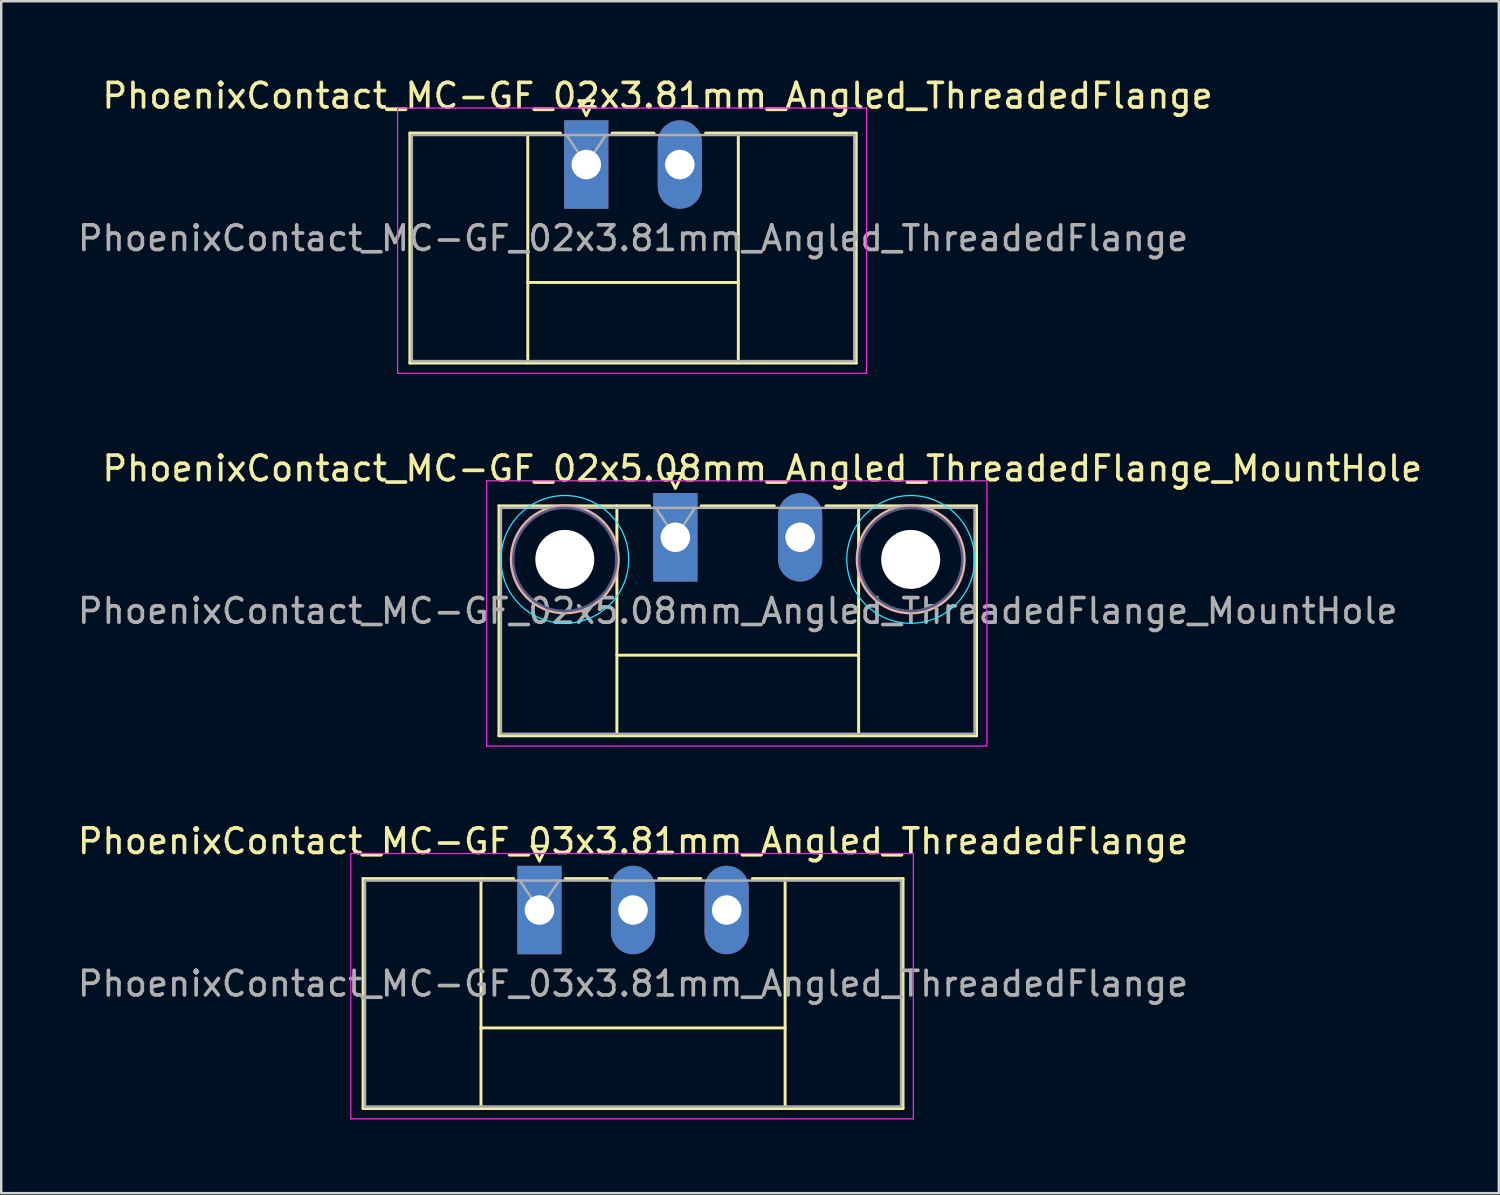
<source format=kicad_pcb>
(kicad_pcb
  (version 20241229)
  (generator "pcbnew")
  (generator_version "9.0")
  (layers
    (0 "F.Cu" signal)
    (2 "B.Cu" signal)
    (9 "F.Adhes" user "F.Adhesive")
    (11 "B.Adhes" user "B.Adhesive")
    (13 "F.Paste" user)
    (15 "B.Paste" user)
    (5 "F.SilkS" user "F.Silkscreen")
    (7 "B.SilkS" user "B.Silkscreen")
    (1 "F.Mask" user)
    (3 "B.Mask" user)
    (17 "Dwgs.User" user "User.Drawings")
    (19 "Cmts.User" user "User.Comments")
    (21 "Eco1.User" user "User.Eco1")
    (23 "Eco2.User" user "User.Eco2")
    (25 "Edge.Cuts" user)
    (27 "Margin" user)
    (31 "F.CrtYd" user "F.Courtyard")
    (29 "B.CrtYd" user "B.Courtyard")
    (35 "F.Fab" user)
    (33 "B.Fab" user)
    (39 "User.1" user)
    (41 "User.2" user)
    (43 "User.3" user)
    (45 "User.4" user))
  (footprint "PhoenixContact_MC-GF_02x5.08mm_Angled_ThreadedFlange_MountHole"
    (layer "F.Cu")
    (at 24.442 18.822)
    (property "Reference" "PhoenixContact_MC-GF_02x5.08mm_Angled_ThreadedFlange_MountHole" (at 3.54 -2.8 0) (layer "F.SilkS") (effects (font (size 1 1) (thickness 0.15))))
    (attr through_hole)
    (fp_line (start -7.18 -1.28) (end -7.18 8.08) (stroke (width 0.12) (type solid)) (layer "F.SilkS"))
    (fp_line (start -7.18 -1.28) (end -1.05 -1.28) (stroke (width 0.12) (type solid)) (layer "F.SilkS"))
    (fp_line (start -7.18 8.08) (end 12.26 8.08) (stroke (width 0.12) (type solid)) (layer "F.SilkS"))
    (fp_line (start -2.38 -1.28) (end -2.38 8.08) (stroke (width 0.12) (type solid)) (layer "F.SilkS"))
    (fp_line (start -2.38 4.8) (end 7.46 4.8) (stroke (width 0.12) (type solid)) (layer "F.SilkS"))
    (fp_line (start -0.3 -2.6) (end 0.3 -2.6) (stroke (width 0.12) (type solid)) (layer "F.SilkS"))
    (fp_line (start 0 -2) (end -0.3 -2.6) (stroke (width 0.12) (type solid)) (layer "F.SilkS"))
    (fp_line (start 0.3 -2.6) (end 0 -2) (stroke (width 0.12) (type solid)) (layer "F.SilkS"))
    (fp_line (start 1.05 -1.28) (end 4.03 -1.28) (stroke (width 0.12) (type solid)) (layer "F.SilkS"))
    (fp_line (start 7.46 -1.28) (end 7.46 8.08) (stroke (width 0.12) (type solid)) (layer "F.SilkS"))
    (fp_line (start 12.26 -1.28) (end 6.13 -1.28) (stroke (width 0.12) (type solid)) (layer "F.SilkS"))
    (fp_line (start 12.26 8.08) (end 12.26 -1.28) (stroke (width 0.12) (type solid)) (layer "F.SilkS"))
    (fp_circle (center -4.5 0.9) (end -2.32 0.9) (stroke (width 0.12) (type solid)) (fill no) (layer "B.SilkS"))
    (fp_circle (center 9.58 0.9) (end 11.76 0.9) (stroke (width 0.12) (type solid)) (fill no) (layer "B.SilkS"))
    (fp_circle (center -4.5 0.9) (end -1.9 0.9) (stroke (width 0.05) (type solid)) (fill no) (layer "B.CrtYd"))
    (fp_circle (center 9.58 0.9) (end 12.18 0.9) (stroke (width 0.05) (type solid)) (fill no) (layer "B.CrtYd"))
    (fp_line (start -7.68 -2.3) (end -7.68 8.5) (stroke (width 0.05) (type solid)) (layer "F.CrtYd"))
    (fp_line (start -7.68 8.5) (end 12.68 8.5) (stroke (width 0.05) (type solid)) (layer "F.CrtYd"))
    (fp_line (start 12.68 -2.3) (end -7.68 -2.3) (stroke (width 0.05) (type solid)) (layer "F.CrtYd"))
    (fp_line (start 12.68 8.5) (end 12.68 -2.3) (stroke (width 0.05) (type solid)) (layer "F.CrtYd"))
    (fp_circle (center -4.5 0.9) (end -2.4 0.9) (stroke (width 0.1) (type solid)) (fill no) (layer "B.Fab"))
    (fp_circle (center 9.58 0.9) (end 11.68 0.9) (stroke (width 0.1) (type solid)) (fill no) (layer "B.Fab"))
    (fp_line (start -7.1 -1.2) (end -7.1 8) (stroke (width 0.1) (type solid)) (layer "F.Fab"))
    (fp_line (start -7.1 8) (end 12.18 8) (stroke (width 0.1) (type solid)) (layer "F.Fab"))
    (fp_line (start 0 0) (end -0.8 -1.2) (stroke (width 0.1) (type solid)) (layer "F.Fab"))
    (fp_line (start 0.8 -1.2) (end 0 0) (stroke (width 0.1) (type solid)) (layer "F.Fab"))
    (fp_line (start 12.18 -1.2) (end -7.1 -1.2) (stroke (width 0.1) (type solid)) (layer "F.Fab"))
    (fp_line (start 12.18 8) (end 12.18 -1.2) (stroke (width 0.1) (type solid)) (layer "F.Fab"))
    (fp_text user "${REFERENCE}" (at 2.54 3 0) (layer "F.Fab") (effects (font (size 1 1) (thickness 0.15))))
    (pad "" np_thru_hole circle (at -4.5 0.9) (size 2.4 2.4) (drill 2.4) (layers "*.Cu" "*.Mask"))
    (pad "" np_thru_hole circle (at 9.58 0.9) (size 2.4 2.4) (drill 2.4) (layers "*.Cu" "*.Mask"))
    (pad "1" thru_hole rect (at 0 0) (size 1.8 3.6) (drill 1.2) (layers "*.Cu" "*.Mask"))
    (pad "2" thru_hole oval (at 5.08 0) (size 1.8 3.6) (drill 1.2) (layers "*.Cu" "*.Mask")))
  (footprint "PhoenixContact_MC-GF_02x3.81mm_Angled_ThreadedFlange"
    (layer "F.Cu")
    (at 20.815 3.648)
    (property "Reference" "PhoenixContact_MC-GF_02x3.81mm_Angled_ThreadedFlange" (at 2.905 -2.8 0) (layer "F.SilkS") (effects (font (size 1 1) (thickness 0.15))))
    (attr through_hole)
    (fp_line (start -7.18 -1.28) (end -7.18 8.08) (stroke (width 0.12) (type solid)) (layer "F.SilkS"))
    (fp_line (start -7.18 -1.28) (end -1.05 -1.28) (stroke (width 0.12) (type solid)) (layer "F.SilkS"))
    (fp_line (start -7.18 8.08) (end 10.99 8.08) (stroke (width 0.12) (type solid)) (layer "F.SilkS"))
    (fp_line (start -2.38 -1.28) (end -2.38 8.08) (stroke (width 0.12) (type solid)) (layer "F.SilkS"))
    (fp_line (start -2.38 4.8) (end 6.19 4.8) (stroke (width 0.12) (type solid)) (layer "F.SilkS"))
    (fp_line (start -0.3 -2.6) (end 0.3 -2.6) (stroke (width 0.12) (type solid)) (layer "F.SilkS"))
    (fp_line (start 0 -2) (end -0.3 -2.6) (stroke (width 0.12) (type solid)) (layer "F.SilkS"))
    (fp_line (start 0.3 -2.6) (end 0 -2) (stroke (width 0.12) (type solid)) (layer "F.SilkS"))
    (fp_line (start 1.05 -1.28) (end 2.76 -1.28) (stroke (width 0.12) (type solid)) (layer "F.SilkS"))
    (fp_line (start 6.19 -1.28) (end 6.19 8.08) (stroke (width 0.12) (type solid)) (layer "F.SilkS"))
    (fp_line (start 10.99 -1.28) (end 4.86 -1.28) (stroke (width 0.12) (type solid)) (layer "F.SilkS"))
    (fp_line (start 10.99 8.08) (end 10.99 -1.28) (stroke (width 0.12) (type solid)) (layer "F.SilkS"))
    (fp_line (start -7.68 -2.3) (end -7.68 8.5) (stroke (width 0.05) (type solid)) (layer "F.CrtYd"))
    (fp_line (start -7.68 8.5) (end 11.41 8.5) (stroke (width 0.05) (type solid)) (layer "F.CrtYd"))
    (fp_line (start 11.41 -2.3) (end -7.68 -2.3) (stroke (width 0.05) (type solid)) (layer "F.CrtYd"))
    (fp_line (start 11.41 8.5) (end 11.41 -2.3) (stroke (width 0.05) (type solid)) (layer "F.CrtYd"))
    (fp_line (start -7.1 -1.2) (end -7.1 8) (stroke (width 0.1) (type solid)) (layer "F.Fab"))
    (fp_line (start -7.1 8) (end 10.91 8) (stroke (width 0.1) (type solid)) (layer "F.Fab"))
    (fp_line (start 0 0) (end -0.8 -1.2) (stroke (width 0.1) (type solid)) (layer "F.Fab"))
    (fp_line (start 0.8 -1.2) (end 0 0) (stroke (width 0.1) (type solid)) (layer "F.Fab"))
    (fp_line (start 10.91 -1.2) (end -7.1 -1.2) (stroke (width 0.1) (type solid)) (layer "F.Fab"))
    (fp_line (start 10.91 8) (end 10.91 -1.2) (stroke (width 0.1) (type solid)) (layer "F.Fab"))
    (fp_text user "${REFERENCE}" (at 1.905 3 0) (layer "F.Fab") (effects (font (size 1 1) (thickness 0.15))))
    (pad "1" thru_hole rect (at 0 0) (size 1.8 3.6) (drill 1.2) (layers "*.Cu" "*.Mask"))
    (pad "2" thru_hole oval (at 3.81 0) (size 1.8 3.6) (drill 1.2) (layers "*.Cu" "*.Mask")))
  (footprint "PhoenixContact_MC-GF_03x3.81mm_Angled_ThreadedFlange"
    (layer "F.Cu")
    (at 18.91 33.995)
    (property "Reference" "PhoenixContact_MC-GF_03x3.81mm_Angled_ThreadedFlange" (at 3.81 -2.8 0) (layer "F.SilkS") (effects (font (size 1 1) (thickness 0.15))))
    (attr through_hole)
    (fp_line (start -7.18 -1.28) (end -7.18 8.08) (stroke (width 0.12) (type solid)) (layer "F.SilkS"))
    (fp_line (start -7.18 -1.28) (end -1.05 -1.28) (stroke (width 0.12) (type solid)) (layer "F.SilkS"))
    (fp_line (start -7.18 8.08) (end 14.8 8.08) (stroke (width 0.12) (type solid)) (layer "F.SilkS"))
    (fp_line (start -2.38 -1.28) (end -2.38 8.08) (stroke (width 0.12) (type solid)) (layer "F.SilkS"))
    (fp_line (start -2.38 4.8) (end 10 4.8) (stroke (width 0.12) (type solid)) (layer "F.SilkS"))
    (fp_line (start -0.3 -2.6) (end 0.3 -2.6) (stroke (width 0.12) (type solid)) (layer "F.SilkS"))
    (fp_line (start 0 -2) (end -0.3 -2.6) (stroke (width 0.12) (type solid)) (layer "F.SilkS"))
    (fp_line (start 0.3 -2.6) (end 0 -2) (stroke (width 0.12) (type solid)) (layer "F.SilkS"))
    (fp_line (start 1.05 -1.28) (end 2.76 -1.28) (stroke (width 0.12) (type solid)) (layer "F.SilkS"))
    (fp_line (start 4.86 -1.28) (end 6.57 -1.28) (stroke (width 0.12) (type solid)) (layer "F.SilkS"))
    (fp_line (start 10 -1.28) (end 10 8.08) (stroke (width 0.12) (type solid)) (layer "F.SilkS"))
    (fp_line (start 14.8 -1.28) (end 8.67 -1.28) (stroke (width 0.12) (type solid)) (layer "F.SilkS"))
    (fp_line (start 14.8 8.08) (end 14.8 -1.28) (stroke (width 0.12) (type solid)) (layer "F.SilkS"))
    (fp_line (start -7.68 -2.3) (end -7.68 8.5) (stroke (width 0.05) (type solid)) (layer "F.CrtYd"))
    (fp_line (start -7.68 8.5) (end 15.22 8.5) (stroke (width 0.05) (type solid)) (layer "F.CrtYd"))
    (fp_line (start 15.22 -2.3) (end -7.68 -2.3) (stroke (width 0.05) (type solid)) (layer "F.CrtYd"))
    (fp_line (start 15.22 8.5) (end 15.22 -2.3) (stroke (width 0.05) (type solid)) (layer "F.CrtYd"))
    (fp_line (start -7.1 -1.2) (end -7.1 8) (stroke (width 0.1) (type solid)) (layer "F.Fab"))
    (fp_line (start -7.1 8) (end 14.72 8) (stroke (width 0.1) (type solid)) (layer "F.Fab"))
    (fp_line (start 0 0) (end -0.8 -1.2) (stroke (width 0.1) (type solid)) (layer "F.Fab"))
    (fp_line (start 0.8 -1.2) (end 0 0) (stroke (width 0.1) (type solid)) (layer "F.Fab"))
    (fp_line (start 14.72 -1.2) (end -7.1 -1.2) (stroke (width 0.1) (type solid)) (layer "F.Fab"))
    (fp_line (start 14.72 8) (end 14.72 -1.2) (stroke (width 0.1) (type solid)) (layer "F.Fab"))
    (fp_text user "${REFERENCE}" (at 3.81 3 0) (layer "F.Fab") (effects (font (size 1 1) (thickness 0.15))))
    (pad "1" thru_hole rect (at 0 0) (size 1.8 3.6) (drill 1.2) (layers "*.Cu" "*.Mask"))
    (pad "2" thru_hole oval (at 3.81 0) (size 1.8 3.6) (drill 1.2) (layers "*.Cu" "*.Mask"))
    (pad "3" thru_hole oval (at 7.62 0) (size 1.8 3.6) (drill 1.2) (layers "*.Cu" "*.Mask")))
  (gr_rect
    (start -3 -3)
    (end 57.964 45.52)
    (stroke (width 0.1) (type default))
    (fill no)
    (layer "Edge.Cuts")))
</source>
